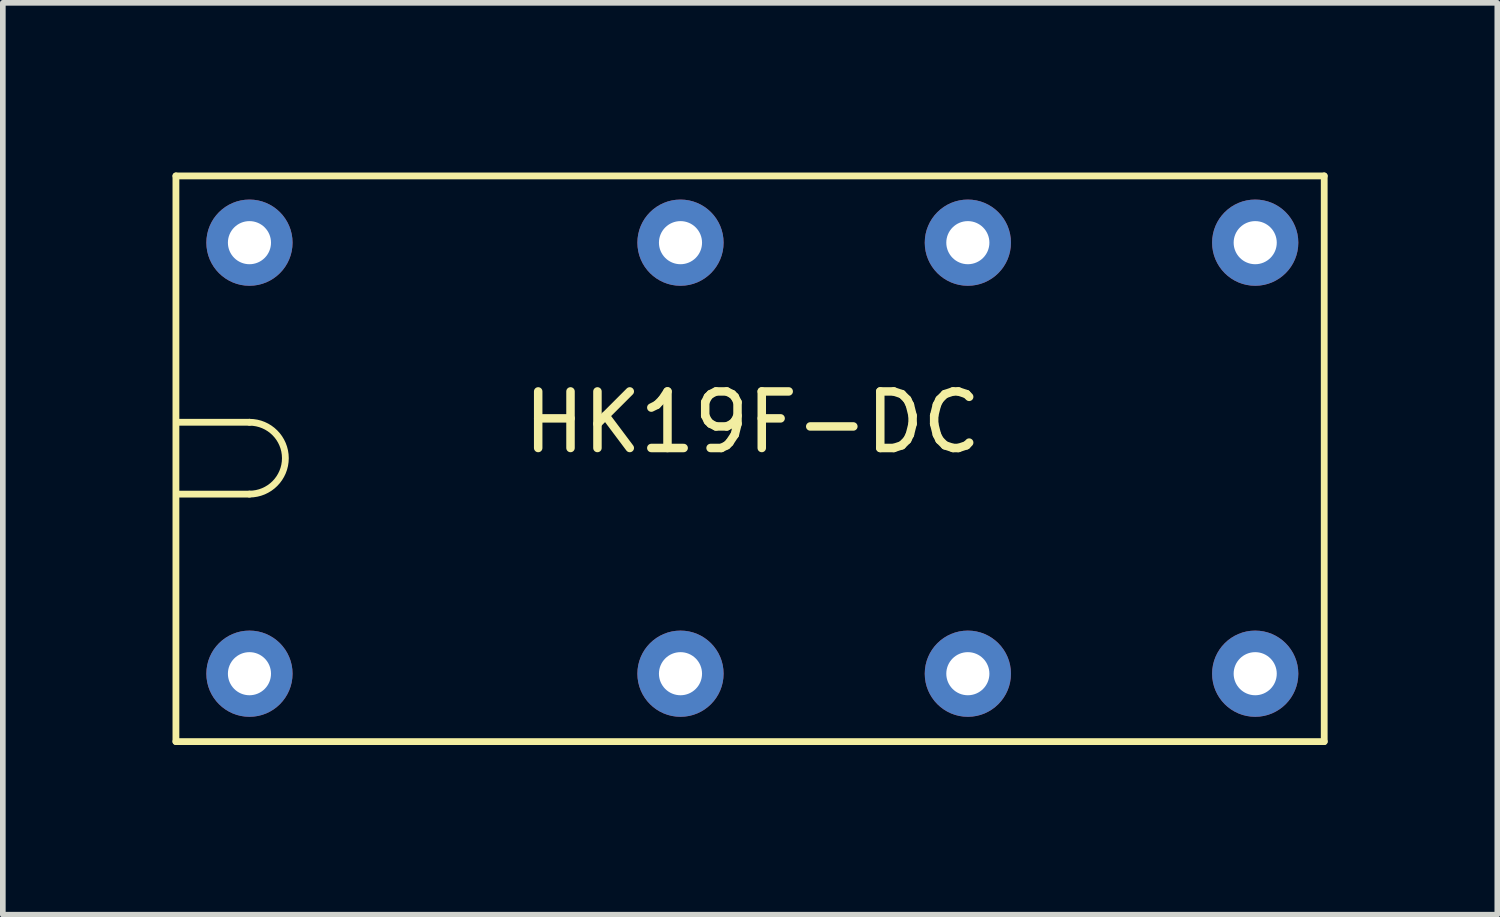
<source format=kicad_pcb>
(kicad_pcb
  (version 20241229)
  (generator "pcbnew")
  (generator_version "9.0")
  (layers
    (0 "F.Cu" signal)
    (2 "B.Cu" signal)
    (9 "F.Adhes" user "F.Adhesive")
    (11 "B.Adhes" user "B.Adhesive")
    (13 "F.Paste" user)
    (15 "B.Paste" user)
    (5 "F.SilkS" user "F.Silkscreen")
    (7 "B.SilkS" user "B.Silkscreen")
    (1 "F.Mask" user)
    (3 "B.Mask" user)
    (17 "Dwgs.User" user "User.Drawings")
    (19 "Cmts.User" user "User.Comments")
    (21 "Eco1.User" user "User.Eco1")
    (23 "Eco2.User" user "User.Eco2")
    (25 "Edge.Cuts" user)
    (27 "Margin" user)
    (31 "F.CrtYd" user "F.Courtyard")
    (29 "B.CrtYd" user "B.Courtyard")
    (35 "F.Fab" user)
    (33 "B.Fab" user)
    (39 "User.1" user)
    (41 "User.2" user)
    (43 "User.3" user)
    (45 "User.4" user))
  (footprint "HK19F-DC"
    (layer "F.Cu")
    (at 1.36 8.86)
    (property "Reference" "HK19F-DC" (at 8.89 -4.445 0) (layer "F.SilkS") (effects (font (size 1 1) (thickness 0.15))))
    (attr through_hole)
    (fp_line (start -1.3 -8.8) (end 19 -8.8) (stroke (width 0.12) (type solid)) (layer "F.SilkS"))
    (fp_line (start -1.3 1.2) (end -1.3 -8.8) (stroke (width 0.12) (type solid)) (layer "F.SilkS"))
    (fp_line (start -1.3 1.2) (end 19 1.2) (stroke (width 0.12) (type solid)) (layer "F.SilkS"))
    (fp_line (start 0 -4.445) (end -1.27 -4.445) (stroke (width 0.12) (type solid)) (layer "F.SilkS"))
    (fp_line (start 0 -3.175) (end -1.27 -3.175) (stroke (width 0.12) (type solid)) (layer "F.SilkS"))
    (fp_line (start 19 1.2) (end 19 -8.8) (stroke (width 0.12) (type solid)) (layer "F.SilkS"))
    (fp_arc (start 0 -4.445) (mid 0.635 -3.81) (end 0 -3.175) (stroke (width 0.12) (type solid)) (layer "F.SilkS"))
    (pad "1" thru_hole circle (at 0 0) (size 1.524 1.524) (drill 0.762) (layers "*.Cu" "*.Mask"))
    (pad "4" thru_hole circle (at 7.62 0) (size 1.524 1.524) (drill 0.762) (layers "*.Cu" "*.Mask"))
    (pad "6" thru_hole circle (at 12.7 0) (size 1.524 1.524) (drill 0.762) (layers "*.Cu" "*.Mask"))
    (pad "8" thru_hole circle (at 17.78 0) (size 1.524 1.524) (drill 0.762) (layers "*.Cu" "*.Mask"))
    (pad "9" thru_hole circle (at 17.78 -7.62) (size 1.524 1.524) (drill 0.762) (layers "*.Cu" "*.Mask"))
    (pad "11" thru_hole circle (at 12.7 -7.62) (size 1.524 1.524) (drill 0.762) (layers "*.Cu" "*.Mask"))
    (pad "13" thru_hole circle (at 7.62 -7.62) (size 1.524 1.524) (drill 0.762) (layers "*.Cu" "*.Mask"))
    (pad "16" thru_hole circle (at 0 -7.62) (size 1.524 1.524) (drill 0.762) (layers "*.Cu" "*.Mask")))
  (gr_rect
    (start -3 -3)
    (end 23.42 13.12)
    (stroke (width 0.1) (type default))
    (fill no)
    (layer "Edge.Cuts")))
</source>
